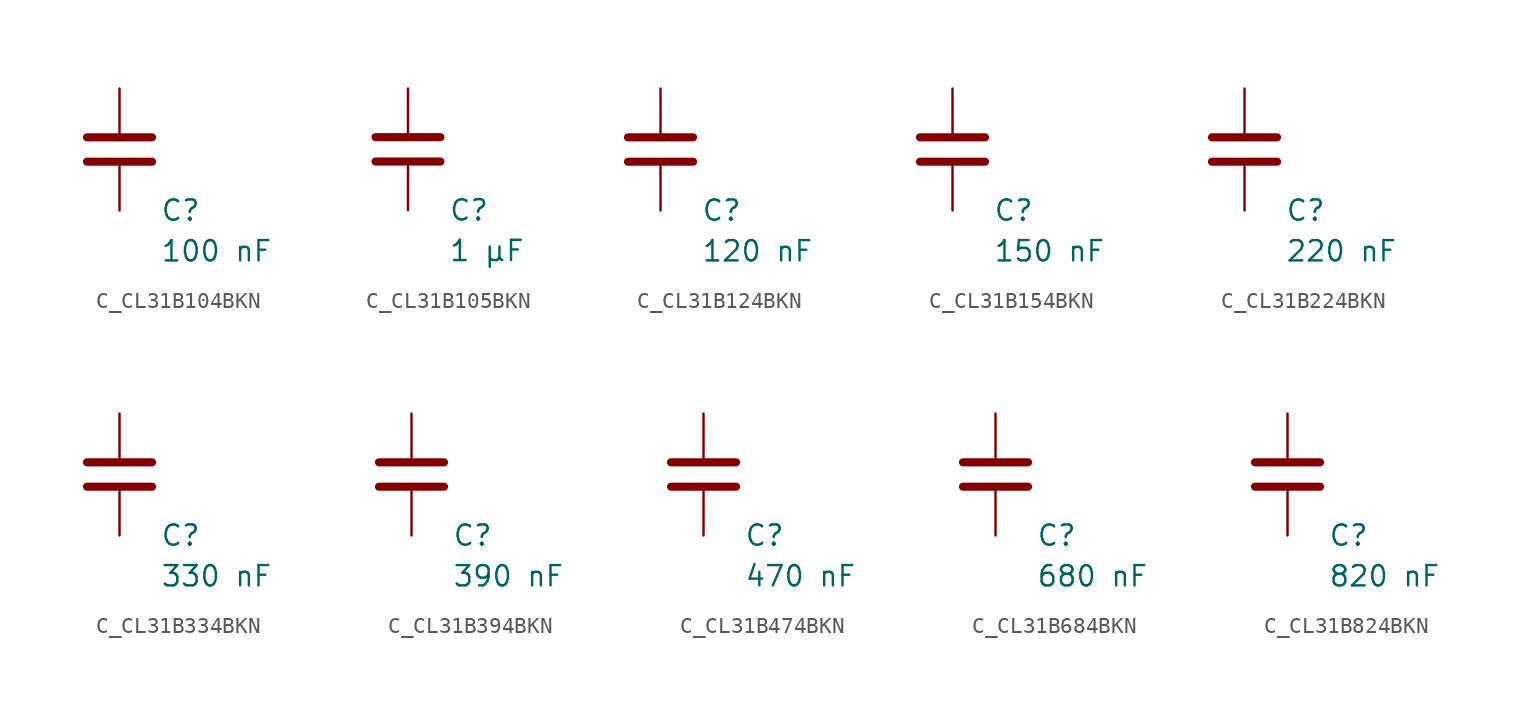
<source format=kicad_sym>
(kicad_symbol_lib
  (version 20231120)
  (generator "kicad_symbol_editor")
  (generator_version "8.0")
  (symbol "C_CL31B104BKN"
    (pin_numbers hide)
    (pin_names
      (offset 0.254))
    (property "Reference" "C"
      (at 2.54 -3.81 0)
      (effects (font (size 1.27 1.27)) (justify left))
      (show_name no))
    (property "Value" "100 nF"
      (at 2.54 -6.35 0)
      (effects (font (size 1.27 1.27)) (justify left))
      (show_name no))
    (symbol "C_CL31B104BKN_0_1"
      (polyline (pts (xy -2.032 -0.762) (xy 2.032 -0.762)) (stroke (width 0.508) (type default)) (fill (type none)))
      (polyline (pts (xy -2.032 0.762) (xy 2.032 0.762)) (stroke (width 0.508) (type default)) (fill (type none))))
    (symbol "C_CL31B104BKN_1_1"
      (pin passive line (at 0 3.81 270) (length 2.794) (name "~" (effects (font (size 1.27 1.27)))) (number "1" (effects (font (size 1.27 1.27)))))
      (pin passive line (at 0 -3.81 90) (length 2.794) (name "~" (effects (font (size 1.27 1.27)))) (number "2" (effects (font (size 1.27 1.27)))))))
  (symbol "C_CL31B105BKN"
    (pin_numbers hide)
    (pin_names
      (offset 0.254))
    (property "Reference" "C"
      (at 2.54 -3.81 0)
      (effects (font (size 1.27 1.27)) (justify left))
      (show_name no))
    (property "Value" "1 µF"
      (at 2.54 -6.35 0)
      (effects (font (size 1.27 1.27)) (justify left))
      (show_name no))
    (symbol "C_CL31B105BKN_0_1"
      (polyline (pts (xy -2.032 -0.762) (xy 2.032 -0.762)) (stroke (width 0.508) (type default)) (fill (type none)))
      (polyline (pts (xy -2.032 0.762) (xy 2.032 0.762)) (stroke (width 0.508) (type default)) (fill (type none))))
    (symbol "C_CL31B105BKN_1_1"
      (pin passive line (at 0 3.81 270) (length 2.794) (name "~" (effects (font (size 1.27 1.27)))) (number "1" (effects (font (size 1.27 1.27)))))
      (pin passive line (at 0 -3.81 90) (length 2.794) (name "~" (effects (font (size 1.27 1.27)))) (number "2" (effects (font (size 1.27 1.27)))))))
  (symbol "C_CL31B124BKN"
    (pin_numbers hide)
    (pin_names
      (offset 0.254))
    (property "Reference" "C"
      (at 2.54 -3.81 0)
      (effects (font (size 1.27 1.27)) (justify left))
      (show_name no))
    (property "Value" "120 nF"
      (at 2.54 -6.35 0)
      (effects (font (size 1.27 1.27)) (justify left))
      (show_name no))
    (symbol "C_CL31B124BKN_0_1"
      (polyline (pts (xy -2.032 -0.762) (xy 2.032 -0.762)) (stroke (width 0.508) (type default)) (fill (type none)))
      (polyline (pts (xy -2.032 0.762) (xy 2.032 0.762)) (stroke (width 0.508) (type default)) (fill (type none))))
    (symbol "C_CL31B124BKN_1_1"
      (pin passive line (at 0 3.81 270) (length 2.794) (name "~" (effects (font (size 1.27 1.27)))) (number "1" (effects (font (size 1.27 1.27)))))
      (pin passive line (at 0 -3.81 90) (length 2.794) (name "~" (effects (font (size 1.27 1.27)))) (number "2" (effects (font (size 1.27 1.27)))))))
  (symbol "C_CL31B154BKN"
    (pin_numbers hide)
    (pin_names
      (offset 0.254))
    (property "Reference" "C"
      (at 2.54 -3.81 0)
      (effects (font (size 1.27 1.27)) (justify left))
      (show_name no))
    (property "Value" "150 nF"
      (at 2.54 -6.35 0)
      (effects (font (size 1.27 1.27)) (justify left))
      (show_name no))
    (symbol "C_CL31B154BKN_0_1"
      (polyline (pts (xy -2.032 -0.762) (xy 2.032 -0.762)) (stroke (width 0.508) (type default)) (fill (type none)))
      (polyline (pts (xy -2.032 0.762) (xy 2.032 0.762)) (stroke (width 0.508) (type default)) (fill (type none))))
    (symbol "C_CL31B154BKN_1_1"
      (pin passive line (at 0 3.81 270) (length 2.794) (name "~" (effects (font (size 1.27 1.27)))) (number "1" (effects (font (size 1.27 1.27)))))
      (pin passive line (at 0 -3.81 90) (length 2.794) (name "~" (effects (font (size 1.27 1.27)))) (number "2" (effects (font (size 1.27 1.27)))))))
  (symbol "C_CL31B224BKN"
    (pin_numbers hide)
    (pin_names
      (offset 0.254))
    (property "Reference" "C"
      (at 2.54 -3.81 0)
      (effects (font (size 1.27 1.27)) (justify left))
      (show_name no))
    (property "Value" "220 nF"
      (at 2.54 -6.35 0)
      (effects (font (size 1.27 1.27)) (justify left))
      (show_name no))
    (symbol "C_CL31B224BKN_0_1"
      (polyline (pts (xy -2.032 -0.762) (xy 2.032 -0.762)) (stroke (width 0.508) (type default)) (fill (type none)))
      (polyline (pts (xy -2.032 0.762) (xy 2.032 0.762)) (stroke (width 0.508) (type default)) (fill (type none))))
    (symbol "C_CL31B224BKN_1_1"
      (pin passive line (at 0 3.81 270) (length 2.794) (name "~" (effects (font (size 1.27 1.27)))) (number "1" (effects (font (size 1.27 1.27)))))
      (pin passive line (at 0 -3.81 90) (length 2.794) (name "~" (effects (font (size 1.27 1.27)))) (number "2" (effects (font (size 1.27 1.27)))))))
  (symbol "C_CL31B334BKN"
    (pin_numbers hide)
    (pin_names
      (offset 0.254))
    (property "Reference" "C"
      (at 2.54 -3.81 0)
      (effects (font (size 1.27 1.27)) (justify left))
      (show_name no))
    (property "Value" "330 nF"
      (at 2.54 -6.35 0)
      (effects (font (size 1.27 1.27)) (justify left))
      (show_name no))
    (symbol "C_CL31B334BKN_0_1"
      (polyline (pts (xy -2.032 -0.762) (xy 2.032 -0.762)) (stroke (width 0.508) (type default)) (fill (type none)))
      (polyline (pts (xy -2.032 0.762) (xy 2.032 0.762)) (stroke (width 0.508) (type default)) (fill (type none))))
    (symbol "C_CL31B334BKN_1_1"
      (pin passive line (at 0 3.81 270) (length 2.794) (name "~" (effects (font (size 1.27 1.27)))) (number "1" (effects (font (size 1.27 1.27)))))
      (pin passive line (at 0 -3.81 90) (length 2.794) (name "~" (effects (font (size 1.27 1.27)))) (number "2" (effects (font (size 1.27 1.27)))))))
  (symbol "C_CL31B394BKN"
    (pin_numbers hide)
    (pin_names
      (offset 0.254))
    (property "Reference" "C"
      (at 2.54 -3.81 0)
      (effects (font (size 1.27 1.27)) (justify left))
      (show_name no))
    (property "Value" "390 nF"
      (at 2.54 -6.35 0)
      (effects (font (size 1.27 1.27)) (justify left))
      (show_name no))
    (symbol "C_CL31B394BKN_0_1"
      (polyline (pts (xy -2.032 -0.762) (xy 2.032 -0.762)) (stroke (width 0.508) (type default)) (fill (type none)))
      (polyline (pts (xy -2.032 0.762) (xy 2.032 0.762)) (stroke (width 0.508) (type default)) (fill (type none))))
    (symbol "C_CL31B394BKN_1_1"
      (pin passive line (at 0 3.81 270) (length 2.794) (name "~" (effects (font (size 1.27 1.27)))) (number "1" (effects (font (size 1.27 1.27)))))
      (pin passive line (at 0 -3.81 90) (length 2.794) (name "~" (effects (font (size 1.27 1.27)))) (number "2" (effects (font (size 1.27 1.27)))))))
  (symbol "C_CL31B474BKN"
    (pin_numbers hide)
    (pin_names
      (offset 0.254))
    (property "Reference" "C"
      (at 2.54 -3.81 0)
      (effects (font (size 1.27 1.27)) (justify left))
      (show_name no))
    (property "Value" "470 nF"
      (at 2.54 -6.35 0)
      (effects (font (size 1.27 1.27)) (justify left))
      (show_name no))
    (symbol "C_CL31B474BKN_0_1"
      (polyline (pts (xy -2.032 -0.762) (xy 2.032 -0.762)) (stroke (width 0.508) (type default)) (fill (type none)))
      (polyline (pts (xy -2.032 0.762) (xy 2.032 0.762)) (stroke (width 0.508) (type default)) (fill (type none))))
    (symbol "C_CL31B474BKN_1_1"
      (pin passive line (at 0 3.81 270) (length 2.794) (name "~" (effects (font (size 1.27 1.27)))) (number "1" (effects (font (size 1.27 1.27)))))
      (pin passive line (at 0 -3.81 90) (length 2.794) (name "~" (effects (font (size 1.27 1.27)))) (number "2" (effects (font (size 1.27 1.27)))))))
  (symbol "C_CL31B684BKN"
    (pin_numbers hide)
    (pin_names
      (offset 0.254))
    (property "Reference" "C"
      (at 2.54 -3.81 0)
      (effects (font (size 1.27 1.27)) (justify left))
      (show_name no))
    (property "Value" "680 nF"
      (at 2.54 -6.35 0)
      (effects (font (size 1.27 1.27)) (justify left))
      (show_name no))
    (symbol "C_CL31B684BKN_0_1"
      (polyline (pts (xy -2.032 -0.762) (xy 2.032 -0.762)) (stroke (width 0.508) (type default)) (fill (type none)))
      (polyline (pts (xy -2.032 0.762) (xy 2.032 0.762)) (stroke (width 0.508) (type default)) (fill (type none))))
    (symbol "C_CL31B684BKN_1_1"
      (pin passive line (at 0 3.81 270) (length 2.794) (name "~" (effects (font (size 1.27 1.27)))) (number "1" (effects (font (size 1.27 1.27)))))
      (pin passive line (at 0 -3.81 90) (length 2.794) (name "~" (effects (font (size 1.27 1.27)))) (number "2" (effects (font (size 1.27 1.27)))))))
  (symbol "C_CL31B824BKN"
    (pin_numbers hide)
    (pin_names
      (offset 0.254))
    (property "Reference" "C"
      (at 2.54 -3.81 0)
      (effects (font (size 1.27 1.27)) (justify left))
      (show_name no))
    (property "Value" "820 nF"
      (at 2.54 -6.35 0)
      (effects (font (size 1.27 1.27)) (justify left))
      (show_name no))
    (symbol "C_CL31B824BKN_0_1"
      (polyline (pts (xy -2.032 -0.762) (xy 2.032 -0.762)) (stroke (width 0.508) (type default)) (fill (type none)))
      (polyline (pts (xy -2.032 0.762) (xy 2.032 0.762)) (stroke (width 0.508) (type default)) (fill (type none))))
    (symbol "C_CL31B824BKN_1_1"
      (pin passive line (at 0 3.81 270) (length 2.794) (name "~" (effects (font (size 1.27 1.27)))) (number "1" (effects (font (size 1.27 1.27)))))
      (pin passive line (at 0 -3.81 90) (length 2.794) (name "~" (effects (font (size 1.27 1.27)))) (number "2" (effects (font (size 1.27 1.27))))))))
</source>
